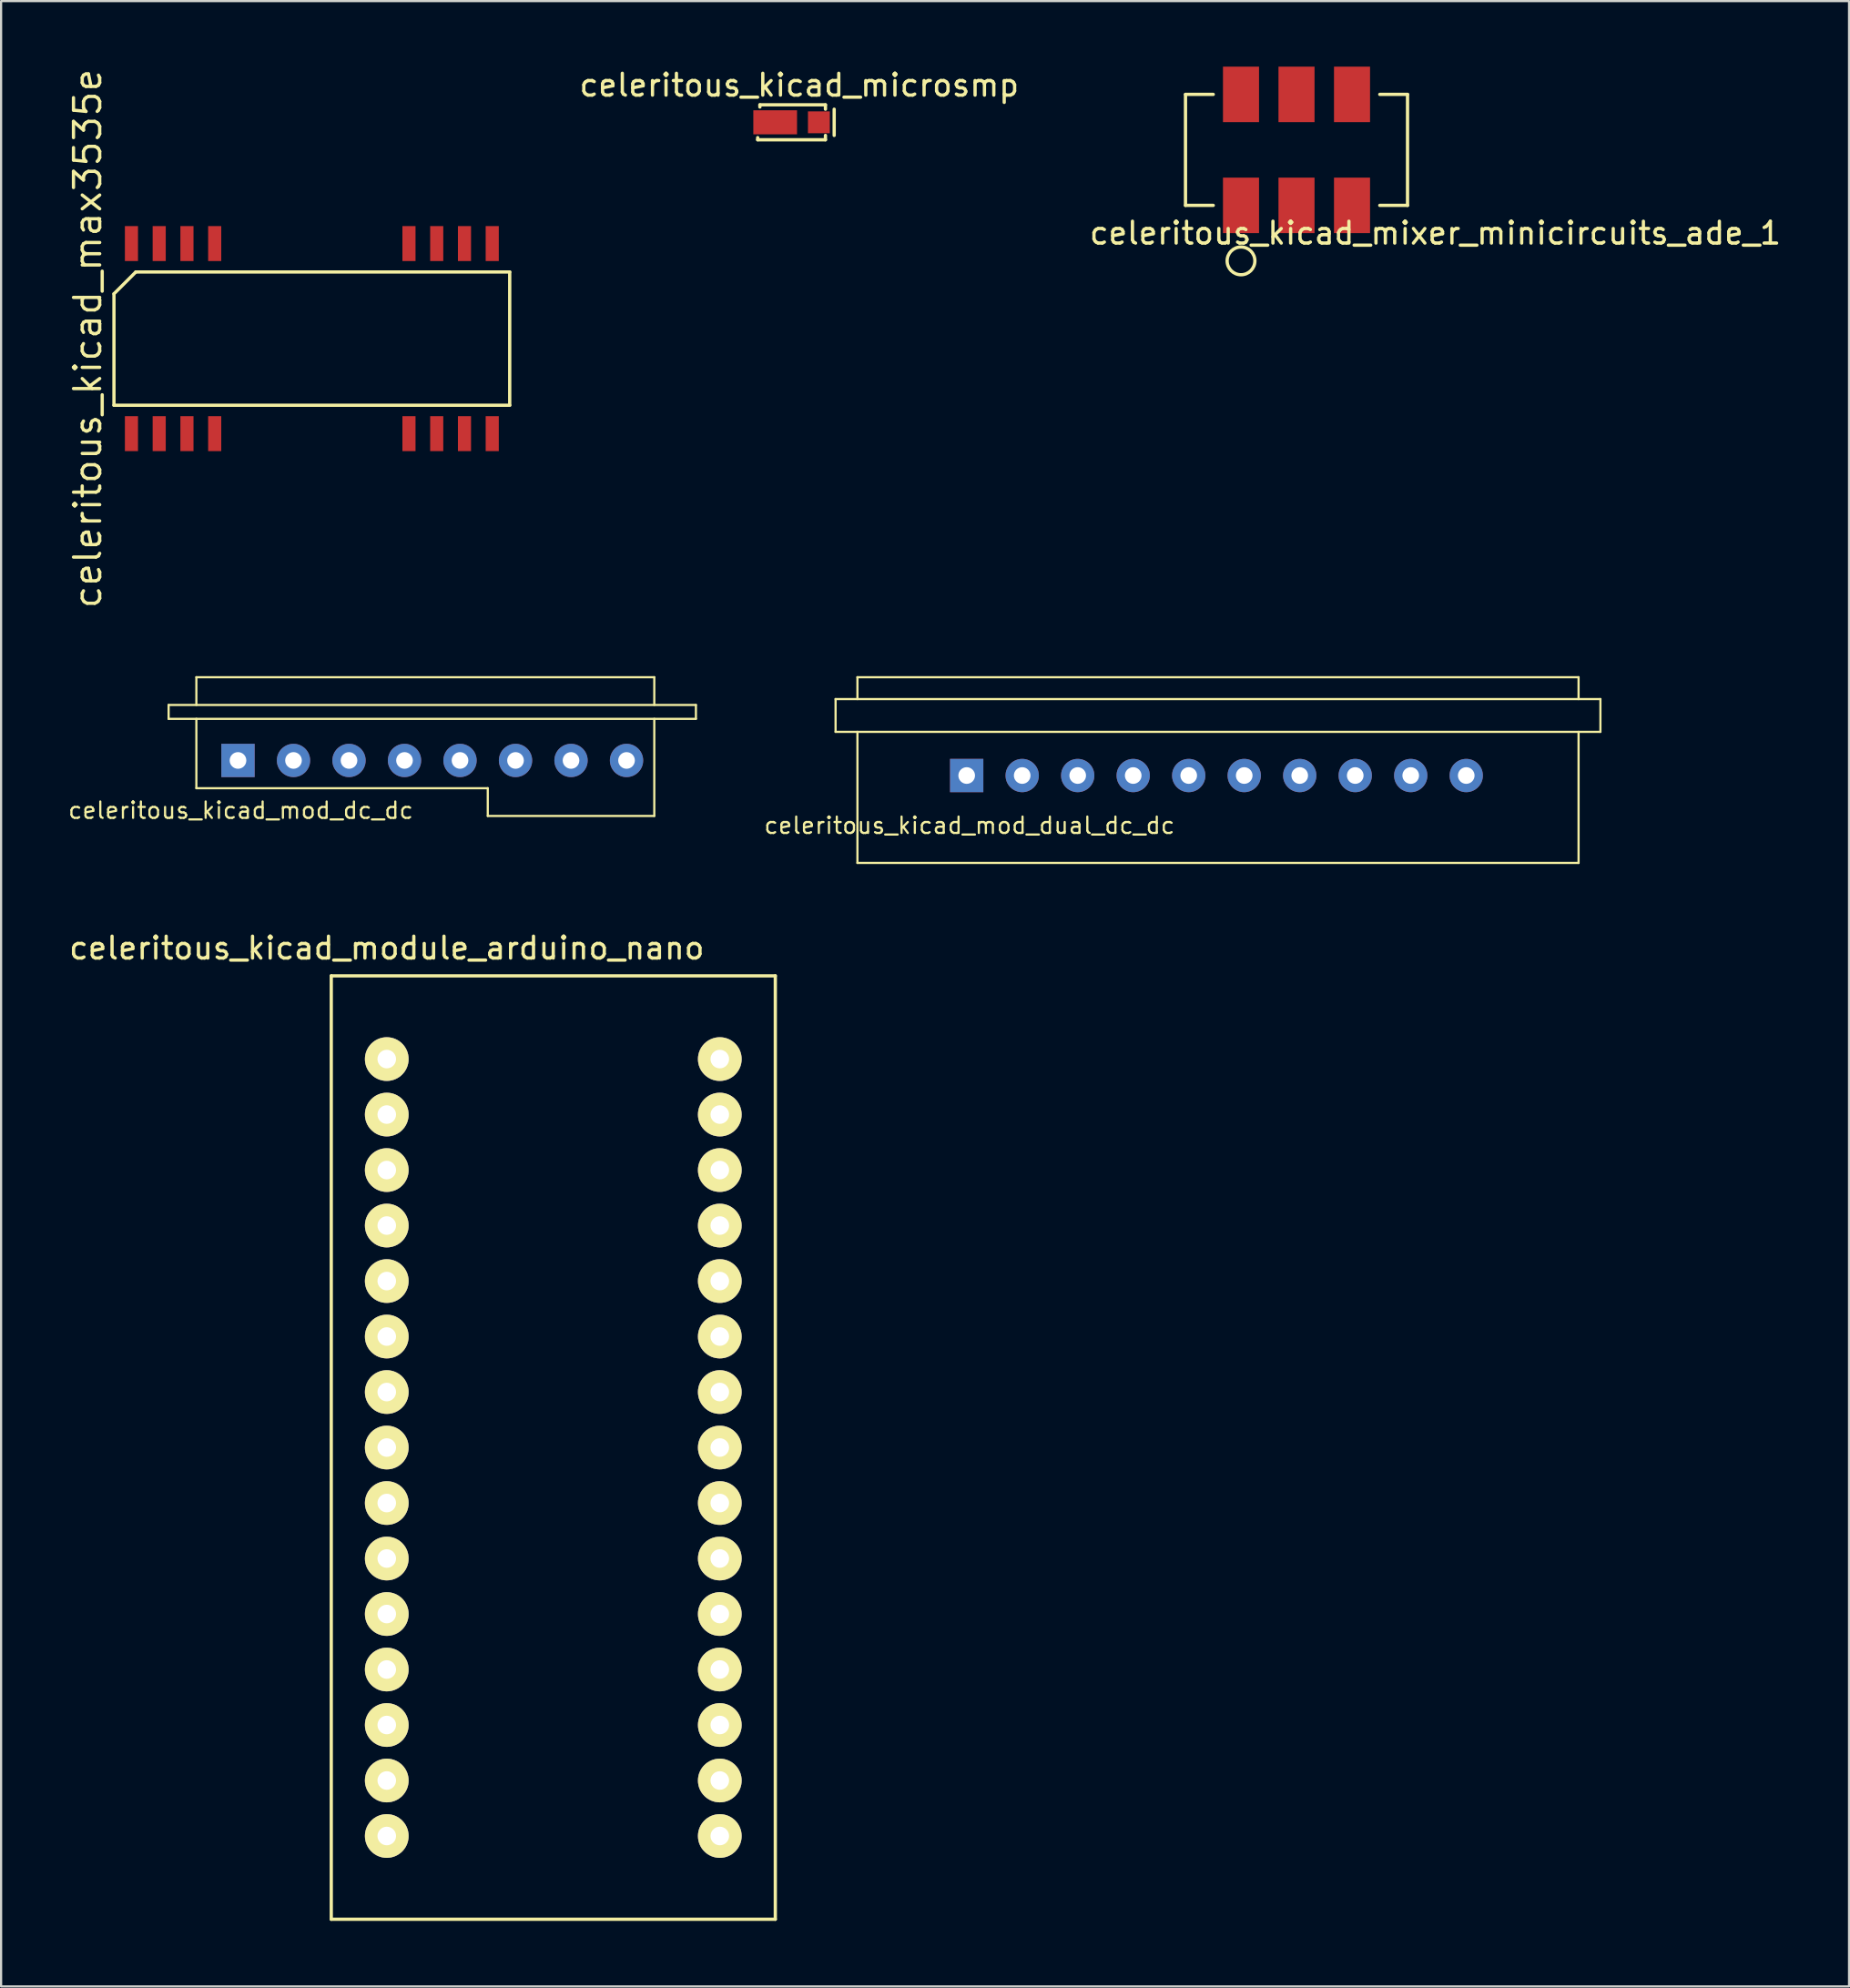
<source format=kicad_pcb>
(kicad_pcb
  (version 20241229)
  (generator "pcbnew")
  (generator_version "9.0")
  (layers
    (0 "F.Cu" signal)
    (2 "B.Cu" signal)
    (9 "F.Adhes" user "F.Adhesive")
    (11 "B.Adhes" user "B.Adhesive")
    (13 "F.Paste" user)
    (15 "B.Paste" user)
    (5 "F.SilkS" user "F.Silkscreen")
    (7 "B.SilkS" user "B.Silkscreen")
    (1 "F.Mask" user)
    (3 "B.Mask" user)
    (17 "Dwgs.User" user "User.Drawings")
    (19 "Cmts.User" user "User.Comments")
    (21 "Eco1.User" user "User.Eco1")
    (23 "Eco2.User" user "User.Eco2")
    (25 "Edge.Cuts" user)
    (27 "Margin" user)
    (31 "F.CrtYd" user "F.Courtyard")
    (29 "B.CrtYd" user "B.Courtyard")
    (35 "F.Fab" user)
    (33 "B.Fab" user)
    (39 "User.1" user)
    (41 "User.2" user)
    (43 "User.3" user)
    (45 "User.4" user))
  (footprint "celeritous_kicad_max3535e"
    (layer "F.Cu")
    (at 11.22 12.448)
    (property "Reference" "celeritous_kicad_max3535e" (at -10.255 0 90) (layer "F.SilkS") (effects (font (size 1.2 1.2) (thickness 0.15))))
    (attr through_hole)
    (fp_line (start -9.055 -2.05) (end -9.055 3.05) (stroke (width 0.15) (type solid)) (layer "F.SilkS"))
    (fp_line (start -9.055 3.05) (end 9.055 3.05) (stroke (width 0.15) (type solid)) (layer "F.SilkS"))
    (fp_line (start -8.055 -3.05) (end -9.055 -2.05) (stroke (width 0.15) (type solid)) (layer "F.SilkS"))
    (fp_line (start 9.055 -3.05) (end -8.055 -3.05) (stroke (width 0.15) (type solid)) (layer "F.SilkS"))
    (fp_line (start 9.055 3.05) (end 9.055 -3.05) (stroke (width 0.15) (type solid)) (layer "F.SilkS"))
    (pad "1" smd rect (at -8.255 4.35) (size 0.6 1.6) (layers "F.Cu" "F.Mask" "F.Paste"))
    (pad "2" smd rect (at -6.985 4.35) (size 0.6 1.6) (layers "F.Cu" "F.Mask" "F.Paste"))
    (pad "3" smd rect (at -5.715 4.35) (size 0.6 1.6) (layers "F.Cu" "F.Mask" "F.Paste"))
    (pad "4" smd rect (at -4.445 4.35) (size 0.6 1.6) (layers "F.Cu" "F.Mask" "F.Paste"))
    (pad "11" smd rect (at 4.445 4.35) (size 0.6 1.6) (layers "F.Cu" "F.Mask" "F.Paste"))
    (pad "12" smd rect (at 5.715 4.35) (size 0.6 1.6) (layers "F.Cu" "F.Mask" "F.Paste"))
    (pad "13" smd rect (at 6.985 4.35) (size 0.6 1.6) (layers "F.Cu" "F.Mask" "F.Paste"))
    (pad "14" smd rect (at 8.255 4.35) (size 0.6 1.6) (layers "F.Cu" "F.Mask" "F.Paste"))
    (pad "15" smd rect (at 8.255 -4.35) (size 0.6 1.6) (layers "F.Cu" "F.Mask" "F.Paste"))
    (pad "16" smd rect (at 6.985 -4.35) (size 0.6 1.6) (layers "F.Cu" "F.Mask" "F.Paste"))
    (pad "17" smd rect (at 5.715 -4.35) (size 0.6 1.6) (layers "F.Cu" "F.Mask" "F.Paste"))
    (pad "18" smd rect (at 4.445 -4.35) (size 0.6 1.6) (layers "F.Cu" "F.Mask" "F.Paste"))
    (pad "25" smd rect (at -4.445 -4.35) (size 0.6 1.6) (layers "F.Cu" "F.Mask" "F.Paste"))
    (pad "26" smd rect (at -5.715 -4.35) (size 0.6 1.6) (layers "F.Cu" "F.Mask" "F.Paste"))
    (pad "27" smd rect (at -6.985 -4.35) (size 0.6 1.6) (layers "F.Cu" "F.Mask" "F.Paste"))
    (pad "28" smd rect (at -8.255 -4.35) (size 0.6 1.6) (layers "F.Cu" "F.Mask" "F.Paste")))
  (footprint "celeritous_kicad_mod_dc_dc"
    (layer "F.Cu")
    (at 7.841 31.756)
    (property "Reference" "celeritous_kicad_mod_dc_dc" (at 0.127 2.286 0) (layer "F.SilkS") (effects (font (size 0.75 0.75) (thickness 0.1))))
    (attr through_hole)
    (fp_line (start -3.175 -2.54) (end -3.175 -1.905) (stroke (width 0.1) (type solid)) (layer "F.SilkS"))
    (fp_line (start -3.175 -1.905) (end 20.955 -1.905) (stroke (width 0.1) (type solid)) (layer "F.SilkS"))
    (fp_line (start -1.905 -3.81) (end 19.05 -3.81) (stroke (width 0.1) (type solid)) (layer "F.SilkS"))
    (fp_line (start -1.905 -2.54) (end -1.905 -3.81) (stroke (width 0.1) (type solid)) (layer "F.SilkS"))
    (fp_line (start -1.905 1.27) (end -1.905 -1.905) (stroke (width 0.1) (type solid)) (layer "F.SilkS"))
    (fp_line (start 11.43 1.27) (end -1.905 1.27) (stroke (width 0.1) (type solid)) (layer "F.SilkS"))
    (fp_line (start 11.43 2.54) (end 11.43 1.27) (stroke (width 0.1) (type solid)) (layer "F.SilkS"))
    (fp_line (start 19.05 -3.81) (end 19.05 -2.54) (stroke (width 0.1) (type solid)) (layer "F.SilkS"))
    (fp_line (start 19.05 -1.905) (end 19.05 2.54) (stroke (width 0.1) (type solid)) (layer "F.SilkS"))
    (fp_line (start 19.05 2.54) (end 11.43 2.54) (stroke (width 0.1) (type solid)) (layer "F.SilkS"))
    (fp_line (start 20.955 -2.54) (end -3.175 -2.54) (stroke (width 0.1) (type solid)) (layer "F.SilkS"))
    (fp_line (start 20.955 -1.905) (end 20.955 -2.54) (stroke (width 0.1) (type solid)) (layer "F.SilkS"))
    (pad "1" thru_hole rect (at 0 0) (size 1.524 1.524) (drill 0.762) (layers "*.Cu" "*.Mask"))
    (pad "2" thru_hole circle (at 2.54 0) (size 1.524 1.524) (drill 0.762) (layers "*.Cu" "*.Mask"))
    (pad "3" thru_hole circle (at 5.08 0) (size 1.524 1.524) (drill 0.762) (layers "*.Cu" "*.Mask"))
    (pad "4" thru_hole circle (at 7.62 0) (size 1.524 1.524) (drill 0.762) (layers "*.Cu" "*.Mask"))
    (pad "5" thru_hole circle (at 10.16 0) (size 1.524 1.524) (drill 0.762) (layers "*.Cu" "*.Mask"))
    (pad "6" thru_hole circle (at 12.7 0) (size 1.524 1.524) (drill 0.762) (layers "*.Cu" "*.Mask"))
    (pad "7" thru_hole circle (at 15.24 0) (size 1.524 1.524) (drill 0.762) (layers "*.Cu" "*.Mask"))
    (pad "8" thru_hole circle (at 17.78 0) (size 1.524 1.524) (drill 0.762) (layers "*.Cu" "*.Mask")))
  (footprint "celeritous_kicad_mod_dual_dc_dc"
    (layer "F.Cu")
    (at 41.187 32.446)
    (property "Reference" "celeritous_kicad_mod_dual_dc_dc" (at 0.127 2.286 0) (layer "F.SilkS") (effects (font (size 0.75 0.75) (thickness 0.1))))
    (attr through_hole)
    (fp_line (start -6 -3.5) (end -6 -2) (stroke (width 0.1) (type solid)) (layer "F.SilkS"))
    (fp_line (start -6 -2) (end 29 -2) (stroke (width 0.1) (type solid)) (layer "F.SilkS"))
    (fp_line (start -5 -4.5) (end -5 -3.5) (stroke (width 0.1) (type solid)) (layer "F.SilkS"))
    (fp_line (start -5 -2) (end -5 4) (stroke (width 0.1) (type solid)) (layer "F.SilkS"))
    (fp_line (start -5 4) (end 28 4) (stroke (width 0.1) (type solid)) (layer "F.SilkS"))
    (fp_line (start 28 -4.5) (end -5 -4.5) (stroke (width 0.1) (type solid)) (layer "F.SilkS"))
    (fp_line (start 28 -3.5) (end 28 -4.5) (stroke (width 0.1) (type solid)) (layer "F.SilkS"))
    (fp_line (start 28 4) (end 28 -2) (stroke (width 0.1) (type solid)) (layer "F.SilkS"))
    (fp_line (start 29 -3.5) (end -6 -3.5) (stroke (width 0.1) (type solid)) (layer "F.SilkS"))
    (fp_line (start 29 -2) (end 29 -3.5) (stroke (width 0.1) (type solid)) (layer "F.SilkS"))
    (pad "1" thru_hole rect (at 0 0) (size 1.524 1.524) (drill 0.762) (layers "*.Cu" "*.Mask"))
    (pad "2" thru_hole circle (at 2.54 0) (size 1.524 1.524) (drill 0.762) (layers "*.Cu" "*.Mask"))
    (pad "3" thru_hole circle (at 5.08 0) (size 1.524 1.524) (drill 0.762) (layers "*.Cu" "*.Mask"))
    (pad "4" thru_hole circle (at 7.62 0) (size 1.524 1.524) (drill 0.762) (layers "*.Cu" "*.Mask"))
    (pad "5" thru_hole circle (at 10.16 0) (size 1.524 1.524) (drill 0.762) (layers "*.Cu" "*.Mask"))
    (pad "6" thru_hole circle (at 12.7 0) (size 1.524 1.524) (drill 0.762) (layers "*.Cu" "*.Mask"))
    (pad "7" thru_hole circle (at 15.24 0) (size 1.524 1.524) (drill 0.762) (layers "*.Cu" "*.Mask"))
    (pad "8" thru_hole circle (at 17.78 0) (size 1.524 1.524) (drill 0.762) (layers "*.Cu" "*.Mask"))
    (pad "9" thru_hole circle (at 20.32 0) (size 1.524 1.524) (drill 0.762) (layers "*.Cu" "*.Mask"))
    (pad "10" thru_hole circle (at 22.86 0) (size 1.524 1.524) (drill 0.762) (layers "*.Cu" "*.Mask")))
  (footprint "celeritous_kicad_microsmp"
    (layer "F.Cu")
    (at 32.423 2.548)
    (property "Reference" "celeritous_kicad_microsmp" (at 1.1 -1.7 0) (layer "F.SilkS") (effects (font (size 1 1) (thickness 0.15))))
    (attr through_hole)
    (fp_line (start -0.8 0.8) (end -0.8 0.7) (stroke (width 0.15) (type solid)) (layer "F.SilkS"))
    (fp_line (start -0.7 -0.8) (end -0.7 -0.7) (stroke (width 0.15) (type solid)) (layer "F.SilkS"))
    (fp_line (start -0.7 -0.8) (end 2.3 -0.8) (stroke (width 0.15) (type solid)) (layer "F.SilkS"))
    (fp_line (start 2.3 -0.8) (end 2.3 -0.6) (stroke (width 0.15) (type solid)) (layer "F.SilkS"))
    (fp_line (start 2.3 0.6) (end 2.3 0.8) (stroke (width 0.15) (type solid)) (layer "F.SilkS"))
    (fp_line (start 2.3 0.8) (end -0.8 0.8) (stroke (width 0.15) (type solid)) (layer "F.SilkS"))
    (fp_line (start 2.7 -0.6) (end 2.7 0.6) (stroke (width 0.15) (type solid)) (layer "F.SilkS"))
    (pad "A" smd rect (at 0 0) (size 2 1.1) (layers "F.Cu" "F.Mask" "F.Paste"))
    (pad "K" smd rect (at 2 0) (size 1 1) (layers "F.Cu" "F.Mask" "F.Paste")))
  (footprint "celeritous_kicad_mixer_minicircuits_ade_1"
    (layer "F.Cu")
    (at 53.74 1.27)
    (property "Reference" "celeritous_kicad_mixer_minicircuits_ade_1" (at 8.89 6.35 0) (layer "F.SilkS") (effects (font (size 1 1) (thickness 0.15))))
    (attr through_hole)
    (fp_line (start -2.54 0) (end -2.54 5.08) (stroke (width 0.15) (type solid)) (layer "F.SilkS"))
    (fp_line (start -2.54 5.08) (end -1.27 5.08) (stroke (width 0.15) (type solid)) (layer "F.SilkS"))
    (fp_line (start -1.27 0) (end -2.54 0) (stroke (width 0.15) (type solid)) (layer "F.SilkS"))
    (fp_line (start 6.35 0) (end 7.62 0) (stroke (width 0.15) (type solid)) (layer "F.SilkS"))
    (fp_line (start 7.62 0) (end 7.62 5.08) (stroke (width 0.15) (type solid)) (layer "F.SilkS"))
    (fp_line (start 7.62 5.08) (end 6.35 5.08) (stroke (width 0.15) (type solid)) (layer "F.SilkS"))
    (fp_circle (center 0 7.62) (end 0 8.255) (stroke (width 0.15) (type solid)) (fill no) (layer "F.SilkS"))
    (pad "1" smd rect (at 0 5.08) (size 1.65 2.54) (layers "F.Cu" "F.Mask" "F.Paste"))
    (pad "2" smd rect (at 2.54 5.08) (size 1.65 2.54) (layers "F.Cu" "F.Mask" "F.Paste"))
    (pad "3" smd rect (at 5.08 5.08) (size 1.65 2.54) (layers "F.Cu" "F.Mask" "F.Paste"))
    (pad "4" smd rect (at 5.08 0) (size 1.65 2.54) (layers "F.Cu" "F.Mask" "F.Paste"))
    (pad "5" smd rect (at 2.54 0) (size 1.65 2.54) (layers "F.Cu" "F.Mask" "F.Paste"))
    (pad "6" smd rect (at 0 0) (size 1.65 2.54) (layers "F.Cu" "F.Mask" "F.Paste")))
  (footprint "celeritous_kicad_module_arduino_nano"
    (layer "F.Cu")
    (at 14.649 45.424)
    (property "Reference" "celeritous_kicad_module_arduino_nano" (at 0 -5.08 0) (layer "F.SilkS") (effects (font (size 1 1) (thickness 0.15))))
    (attr through_hole)
    (fp_line (start -2.54 -3.81) (end 17.78 -3.81) (stroke (width 0.15) (type solid)) (layer "F.SilkS"))
    (fp_line (start -2.54 39.37) (end -2.54 -3.81) (stroke (width 0.15) (type solid)) (layer "F.SilkS"))
    (fp_line (start 17.78 -3.81) (end 17.78 39.37) (stroke (width 0.15) (type solid)) (layer "F.SilkS"))
    (fp_line (start 17.78 39.37) (end -2.54 39.37) (stroke (width 0.15) (type solid)) (layer "F.SilkS"))
    (pad "1" thru_hole circle (at 0 0) (size 2 2) (drill 0.85) (layers "*.Cu" "*.Mask" "F.SilkS"))
    (pad "2" thru_hole circle (at 0 2.54) (size 2 2) (drill 0.85) (layers "*.Cu" "*.Mask" "F.SilkS"))
    (pad "3" thru_hole circle (at 0 5.08) (size 2 2) (drill 0.85) (layers "*.Cu" "*.Mask" "F.SilkS"))
    (pad "4" thru_hole circle (at 0 7.62) (size 2 2) (drill 0.85) (layers "*.Cu" "*.Mask" "F.SilkS"))
    (pad "5" thru_hole circle (at 0 10.16) (size 2 2) (drill 0.85) (layers "*.Cu" "*.Mask" "F.SilkS"))
    (pad "6" thru_hole circle (at 0 12.7) (size 2 2) (drill 0.85) (layers "*.Cu" "*.Mask" "F.SilkS"))
    (pad "7" thru_hole circle (at 0 15.24) (size 2 2) (drill 0.85) (layers "*.Cu" "*.Mask" "F.SilkS"))
    (pad "8" thru_hole circle (at 0 17.78) (size 2 2) (drill 0.85) (layers "*.Cu" "*.Mask" "F.SilkS"))
    (pad "9" thru_hole circle (at 0 20.32) (size 2 2) (drill 0.85) (layers "*.Cu" "*.Mask" "F.SilkS"))
    (pad "10" thru_hole circle (at 0 22.86) (size 2 2) (drill 0.85) (layers "*.Cu" "*.Mask" "F.SilkS"))
    (pad "11" thru_hole circle (at 0 25.4) (size 2 2) (drill 0.85) (layers "*.Cu" "*.Mask" "F.SilkS"))
    (pad "12" thru_hole circle (at 0 27.94) (size 2 2) (drill 0.85) (layers "*.Cu" "*.Mask" "F.SilkS"))
    (pad "13" thru_hole circle (at 0 30.48) (size 2 2) (drill 0.85) (layers "*.Cu" "*.Mask" "F.SilkS"))
    (pad "14" thru_hole circle (at 0 33.02) (size 2 2) (drill 0.85) (layers "*.Cu" "*.Mask" "F.SilkS"))
    (pad "15" thru_hole circle (at 0 35.56) (size 2 2) (drill 0.85) (layers "*.Cu" "*.Mask" "F.SilkS"))
    (pad "16" thru_hole circle (at 15.24 35.56) (size 2 2) (drill 0.85) (layers "*.Cu" "*.Mask" "F.SilkS"))
    (pad "17" thru_hole circle (at 15.24 33.02) (size 2 2) (drill 0.85) (layers "*.Cu" "*.Mask" "F.SilkS"))
    (pad "18" thru_hole circle (at 15.24 30.48) (size 2 2) (drill 0.85) (layers "*.Cu" "*.Mask" "F.SilkS"))
    (pad "19" thru_hole circle (at 15.24 27.94) (size 2 2) (drill 0.85) (layers "*.Cu" "*.Mask" "F.SilkS"))
    (pad "20" thru_hole circle (at 15.24 25.4) (size 2 2) (drill 0.85) (layers "*.Cu" "*.Mask" "F.SilkS"))
    (pad "21" thru_hole circle (at 15.24 22.86) (size 2 2) (drill 0.85) (layers "*.Cu" "*.Mask" "F.SilkS"))
    (pad "22" thru_hole circle (at 15.24 20.32) (size 2 2) (drill 0.85) (layers "*.Cu" "*.Mask" "F.SilkS"))
    (pad "23" thru_hole circle (at 15.24 17.78) (size 2 2) (drill 0.85) (layers "*.Cu" "*.Mask" "F.SilkS"))
    (pad "24" thru_hole circle (at 15.24 15.24) (size 2 2) (drill 0.85) (layers "*.Cu" "*.Mask" "F.SilkS"))
    (pad "25" thru_hole circle (at 15.24 12.7) (size 2 2) (drill 0.85) (layers "*.Cu" "*.Mask" "F.SilkS"))
    (pad "26" thru_hole circle (at 15.24 10.16) (size 2 2) (drill 0.85) (layers "*.Cu" "*.Mask" "F.SilkS"))
    (pad "27" thru_hole circle (at 15.24 7.62) (size 2 2) (drill 0.85) (layers "*.Cu" "*.Mask" "F.SilkS"))
    (pad "28" thru_hole circle (at 15.24 5.08) (size 2 2) (drill 0.85) (layers "*.Cu" "*.Mask" "F.SilkS"))
    (pad "29" thru_hole circle (at 15.24 2.54) (size 2 2) (drill 0.85) (layers "*.Cu" "*.Mask" "F.SilkS"))
    (pad "30" thru_hole circle (at 15.24 0) (size 2 2) (drill 0.85) (layers "*.Cu" "*.Mask" "F.SilkS")))
  (gr_rect
    (start -3 -3)
    (end 81.565 87.869)
    (stroke (width 0.1) (type default))
    (fill no)
    (layer "Edge.Cuts")))
</source>
